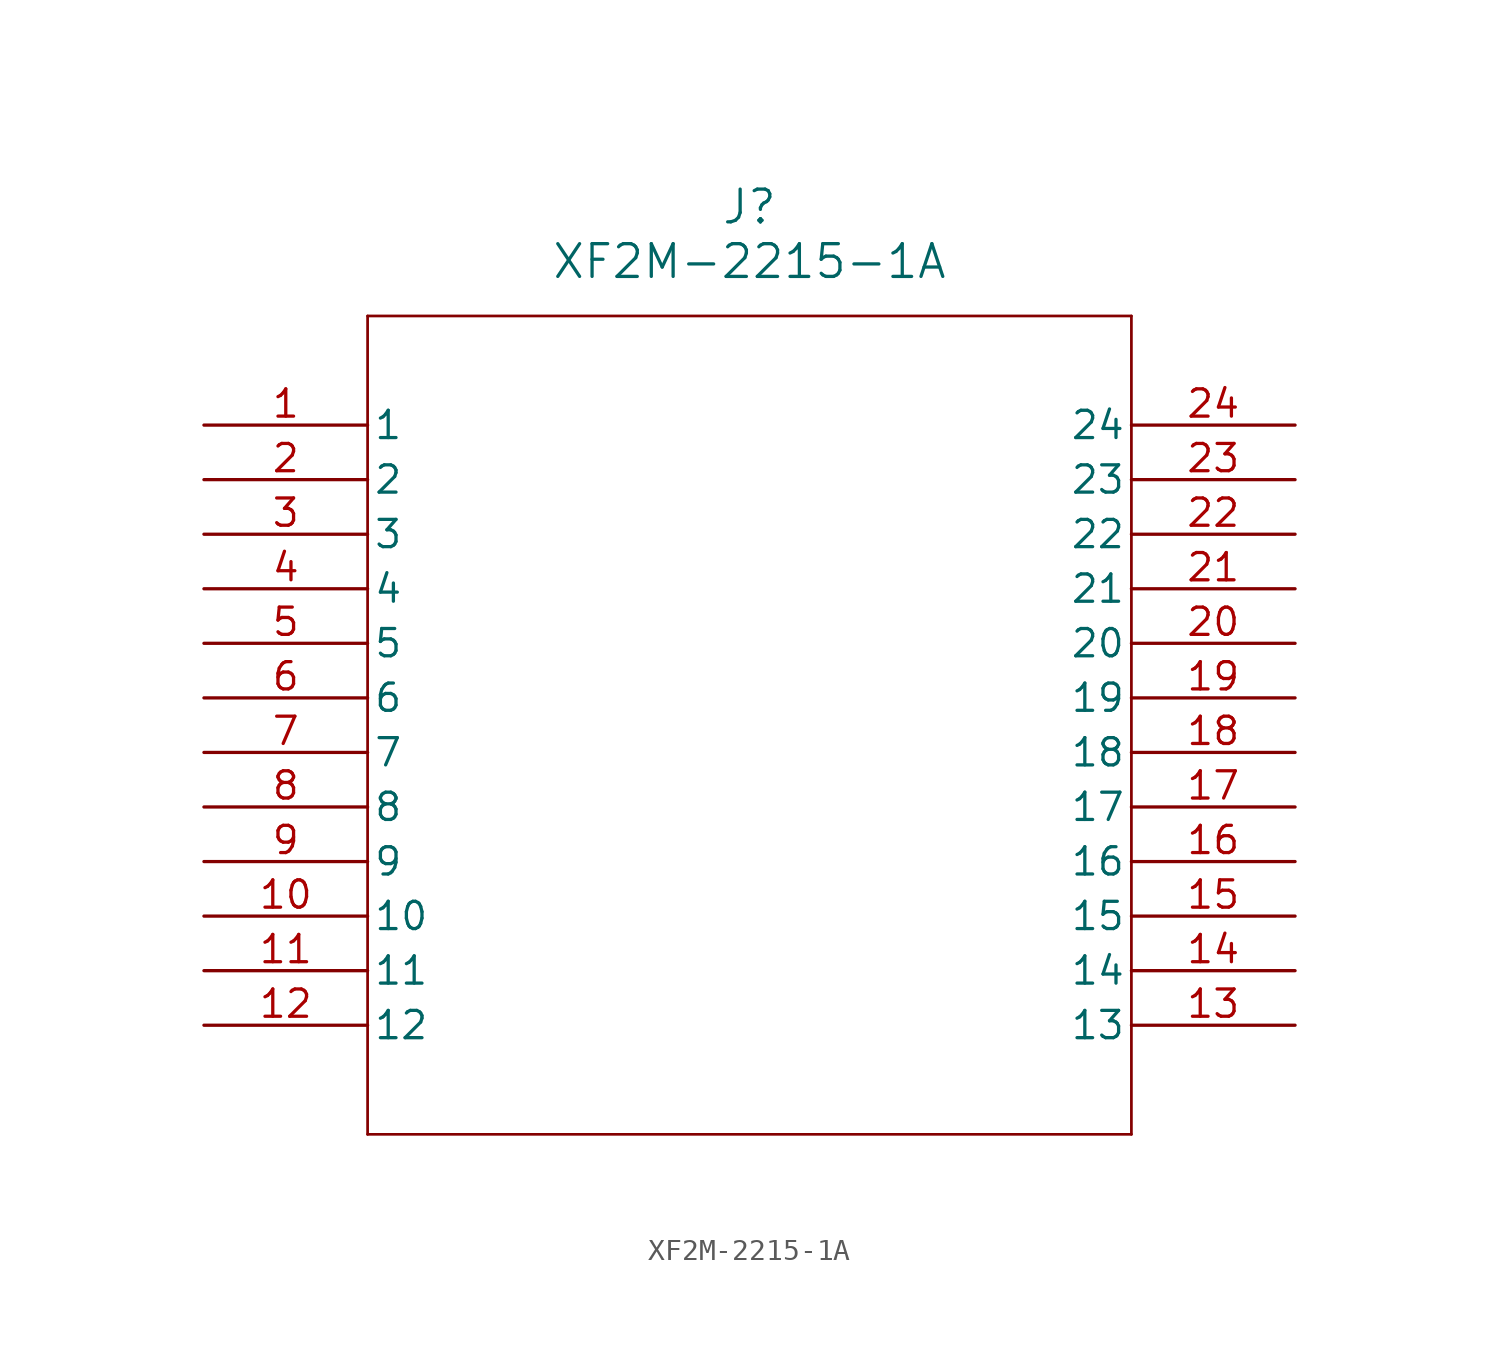
<source format=kicad_sym>
(kicad_symbol_lib
  (version 20211014)
  (generator kicad_symbol_editor)
  (symbol "XF2M-2215-1A"
    (pin_names
      (offset 0.254))
    (property "Reference" "J"
      (at 25.4 10.16 0)
      (effects (font (size 1.524 1.524))))
    (property "Value" "XF2M-2215-1A"
      (at 25.4 7.62 0)
      (effects (font (size 1.524 1.524))))
    (symbol "XF2M-2215-1A_0_1"
      (polyline (pts (xy 7.62 5.08) (xy 7.62 -33.02)) (stroke (width 0.127) (type default) (color 0 0 0 0)) (fill (type none)))
      (polyline (pts (xy 7.62 -33.02) (xy 43.18 -33.02)) (stroke (width 0.127) (type default) (color 0 0 0 0)) (fill (type none)))
      (polyline (pts (xy 43.18 -33.02) (xy 43.18 5.08)) (stroke (width 0.127) (type default) (color 0 0 0 0)) (fill (type none)))
      (polyline (pts (xy 43.18 5.08) (xy 7.62 5.08)) (stroke (width 0.127) (type default) (color 0 0 0 0)) (fill (type none)))
      (pin unspecified line (at 0 0 0) (length 7.62) (name "1" (effects (font (size 1.27 1.27)))) (number "1" (effects (font (size 1.27 1.27)))))
      (pin unspecified line (at 0 -2.54 0) (length 7.62) (name "2" (effects (font (size 1.27 1.27)))) (number "2" (effects (font (size 1.27 1.27)))))
      (pin unspecified line (at 0 -5.08 0) (length 7.62) (name "3" (effects (font (size 1.27 1.27)))) (number "3" (effects (font (size 1.27 1.27)))))
      (pin unspecified line (at 0 -7.62 0) (length 7.62) (name "4" (effects (font (size 1.27 1.27)))) (number "4" (effects (font (size 1.27 1.27)))))
      (pin unspecified line (at 0 -10.16 0) (length 7.62) (name "5" (effects (font (size 1.27 1.27)))) (number "5" (effects (font (size 1.27 1.27)))))
      (pin unspecified line (at 0 -12.7 0) (length 7.62) (name "6" (effects (font (size 1.27 1.27)))) (number "6" (effects (font (size 1.27 1.27)))))
      (pin unspecified line (at 0 -15.24 0) (length 7.62) (name "7" (effects (font (size 1.27 1.27)))) (number "7" (effects (font (size 1.27 1.27)))))
      (pin unspecified line (at 0 -17.78 0) (length 7.62) (name "8" (effects (font (size 1.27 1.27)))) (number "8" (effects (font (size 1.27 1.27)))))
      (pin unspecified line (at 0 -20.32 0) (length 7.62) (name "9" (effects (font (size 1.27 1.27)))) (number "9" (effects (font (size 1.27 1.27)))))
      (pin unspecified line (at 0 -22.86 0) (length 7.62) (name "10" (effects (font (size 1.27 1.27)))) (number "10" (effects (font (size 1.27 1.27)))))
      (pin unspecified line (at 0 -25.4 0) (length 7.62) (name "11" (effects (font (size 1.27 1.27)))) (number "11" (effects (font (size 1.27 1.27)))))
      (pin unspecified line (at 0 -27.94 0) (length 7.62) (name "12" (effects (font (size 1.27 1.27)))) (number "12" (effects (font (size 1.27 1.27)))))
      (pin unspecified line (at 50.8 -27.94 180) (length 7.62) (name "13" (effects (font (size 1.27 1.27)))) (number "13" (effects (font (size 1.27 1.27)))))
      (pin unspecified line (at 50.8 -25.4 180) (length 7.62) (name "14" (effects (font (size 1.27 1.27)))) (number "14" (effects (font (size 1.27 1.27)))))
      (pin unspecified line (at 50.8 -22.86 180) (length 7.62) (name "15" (effects (font (size 1.27 1.27)))) (number "15" (effects (font (size 1.27 1.27)))))
      (pin unspecified line (at 50.8 -20.32 180) (length 7.62) (name "16" (effects (font (size 1.27 1.27)))) (number "16" (effects (font (size 1.27 1.27)))))
      (pin unspecified line (at 50.8 -17.78 180) (length 7.62) (name "17" (effects (font (size 1.27 1.27)))) (number "17" (effects (font (size 1.27 1.27)))))
      (pin unspecified line (at 50.8 -15.24 180) (length 7.62) (name "18" (effects (font (size 1.27 1.27)))) (number "18" (effects (font (size 1.27 1.27)))))
      (pin unspecified line (at 50.8 -12.7 180) (length 7.62) (name "19" (effects (font (size 1.27 1.27)))) (number "19" (effects (font (size 1.27 1.27)))))
      (pin unspecified line (at 50.8 -10.16 180) (length 7.62) (name "20" (effects (font (size 1.27 1.27)))) (number "20" (effects (font (size 1.27 1.27)))))
      (pin unspecified line (at 50.8 -7.62 180) (length 7.62) (name "21" (effects (font (size 1.27 1.27)))) (number "21" (effects (font (size 1.27 1.27)))))
      (pin unspecified line (at 50.8 -5.08 180) (length 7.62) (name "22" (effects (font (size 1.27 1.27)))) (number "22" (effects (font (size 1.27 1.27)))))
      (pin unspecified line (at 50.8 -2.54 180) (length 7.62) (name "23" (effects (font (size 1.27 1.27)))) (number "23" (effects (font (size 1.27 1.27)))))
      (pin unspecified line (at 50.8 0 180) (length 7.62) (name "24" (effects (font (size 1.27 1.27)))) (number "24" (effects (font (size 1.27 1.27))))))))
</source>
